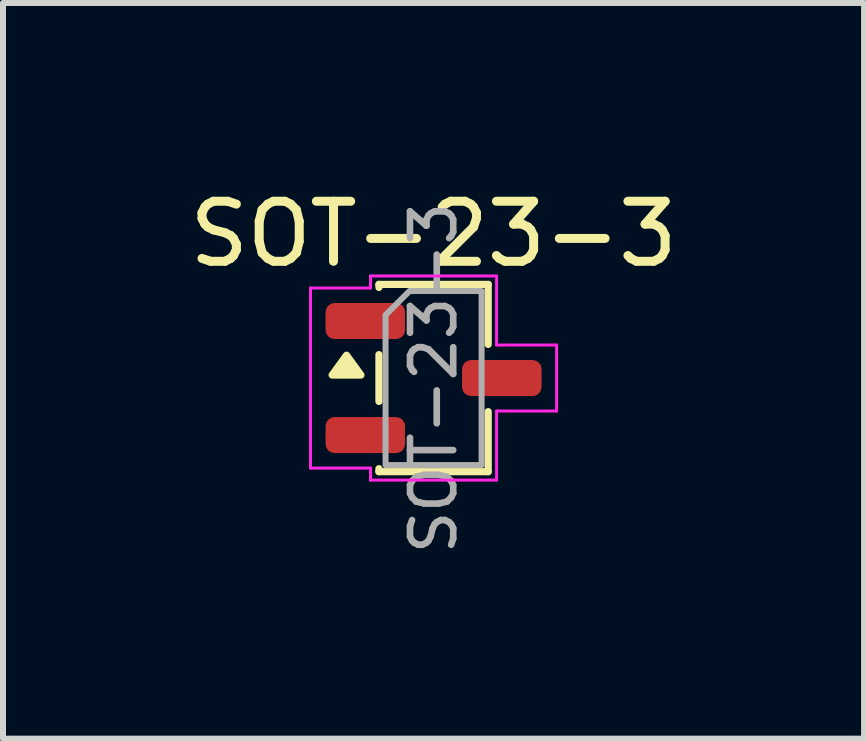
<source format=kicad_pcb>
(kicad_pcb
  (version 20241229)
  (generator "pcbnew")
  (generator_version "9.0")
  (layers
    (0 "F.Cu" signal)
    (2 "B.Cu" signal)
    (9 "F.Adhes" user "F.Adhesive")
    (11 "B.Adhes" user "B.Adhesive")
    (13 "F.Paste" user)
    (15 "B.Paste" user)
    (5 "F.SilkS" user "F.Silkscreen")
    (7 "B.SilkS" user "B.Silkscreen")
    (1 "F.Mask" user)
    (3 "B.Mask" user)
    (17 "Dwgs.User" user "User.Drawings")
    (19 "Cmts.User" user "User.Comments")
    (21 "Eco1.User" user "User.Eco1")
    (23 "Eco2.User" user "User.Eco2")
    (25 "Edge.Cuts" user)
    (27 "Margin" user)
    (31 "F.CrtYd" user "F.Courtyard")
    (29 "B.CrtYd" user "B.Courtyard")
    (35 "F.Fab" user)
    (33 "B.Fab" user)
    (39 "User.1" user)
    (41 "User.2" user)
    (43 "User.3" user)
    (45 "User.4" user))
  (footprint "SOT-23-3"
    (layer "F.Cu")
    (at 4.173 3.248)
    (property "Reference" "SOT-23-3" (at 0 -2.4 0) (layer "F.SilkS") (effects (font (size 1 1) (thickness 0.15))))
    (attr smd)
    (fp_line (start -0.91 -1.56) (end 0.91 -1.56) (stroke (width 0.12) (type solid)) (layer "F.SilkS"))
    (fp_line (start -0.91 -1.51) (end -0.91 -1.56) (stroke (width 0.12) (type solid)) (layer "F.SilkS"))
    (fp_line (start -0.91 0.39) (end -0.91 -0.39) (stroke (width 0.12) (type solid)) (layer "F.SilkS"))
    (fp_line (start -0.91 1.56) (end -0.91 1.51) (stroke (width 0.12) (type solid)) (layer "F.SilkS"))
    (fp_line (start 0.91 -1.56) (end 0.91 -0.56) (stroke (width 0.12) (type solid)) (layer "F.SilkS"))
    (fp_line (start 0.91 0.56) (end 0.91 1.56) (stroke (width 0.12) (type solid)) (layer "F.SilkS"))
    (fp_line (start 0.91 1.56) (end -0.91 1.56) (stroke (width 0.12) (type solid)) (layer "F.SilkS"))
    (fp_poly (pts (xy -1.45 -0.38) (xy -1.21 -0.05) (xy -1.69 -0.05)) (stroke (width 0.12) (type solid)) (fill yes) (layer "F.SilkS"))
    (fp_line (start -2.05 -1.5) (end -1.05 -1.5) (stroke (width 0.05) (type solid)) (layer "F.CrtYd"))
    (fp_line (start -2.05 1.5) (end -2.05 -1.5) (stroke (width 0.05) (type solid)) (layer "F.CrtYd"))
    (fp_line (start -1.05 -1.7) (end 1.05 -1.7) (stroke (width 0.05) (type solid)) (layer "F.CrtYd"))
    (fp_line (start -1.05 -1.5) (end -1.05 -1.7) (stroke (width 0.05) (type solid)) (layer "F.CrtYd"))
    (fp_line (start -1.05 1.5) (end -2.05 1.5) (stroke (width 0.05) (type solid)) (layer "F.CrtYd"))
    (fp_line (start -1.05 1.7) (end -1.05 1.5) (stroke (width 0.05) (type solid)) (layer "F.CrtYd"))
    (fp_line (start 1.05 -1.7) (end 1.05 -0.55) (stroke (width 0.05) (type solid)) (layer "F.CrtYd"))
    (fp_line (start 1.05 -0.55) (end 2.05 -0.55) (stroke (width 0.05) (type solid)) (layer "F.CrtYd"))
    (fp_line (start 1.05 0.55) (end 1.05 1.7) (stroke (width 0.05) (type solid)) (layer "F.CrtYd"))
    (fp_line (start 1.05 1.7) (end -1.05 1.7) (stroke (width 0.05) (type solid)) (layer "F.CrtYd"))
    (fp_line (start 2.05 -0.55) (end 2.05 0.55) (stroke (width 0.05) (type solid)) (layer "F.CrtYd"))
    (fp_line (start 2.05 0.55) (end 1.05 0.55) (stroke (width 0.05) (type solid)) (layer "F.CrtYd"))
    (fp_poly (pts (xy -0.8 -1.05) (xy -0.8 1.45) (xy 0.8 1.45) (xy 0.8 -1.45) (xy -0.4 -1.45)) (stroke (width 0.1) (type solid)) (fill no) (layer "F.Fab"))
    (fp_text user "${REFERENCE}" (at 0 0 90) (layer "F.Fab") (effects (font (size 0.72 0.72) (thickness 0.11))))
    (pad "1" smd roundrect (at -1.137 -0.95) (size 1.325 0.6) (layers "F.Cu" "F.Mask" "F.Paste") (roundrect_rratio 0.25))
    (pad "2" smd roundrect (at -1.137 0.95) (size 1.325 0.6) (layers "F.Cu" "F.Mask" "F.Paste") (roundrect_rratio 0.25))
    (pad "3" smd roundrect (at 1.137 0) (size 1.325 0.6) (layers "F.Cu" "F.Mask" "F.Paste") (roundrect_rratio 0.25)))
  (gr_rect
    (start -3 -3)
    (end 11.345 9.256)
    (stroke (width 0.1) (type default))
    (fill no)
    (layer "Edge.Cuts")))
</source>
